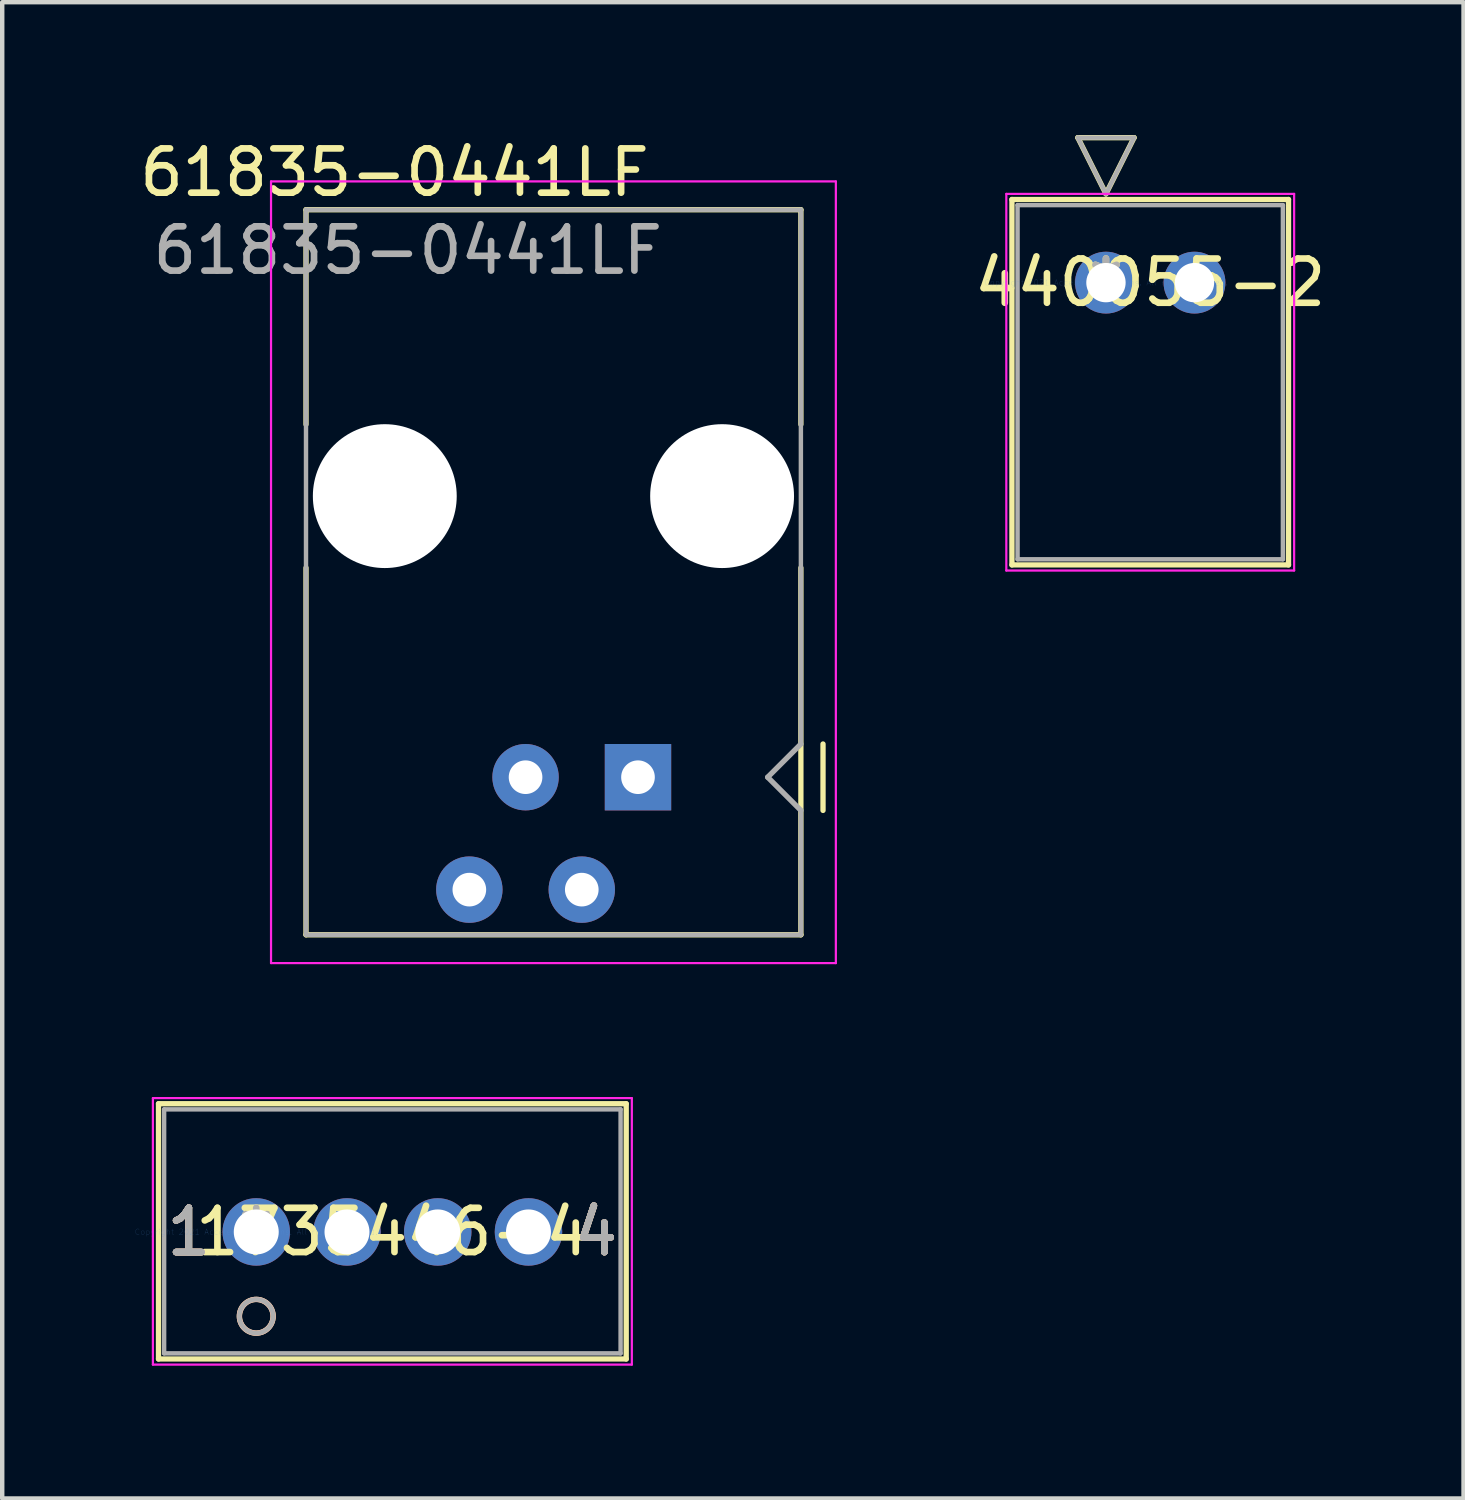
<source format=kicad_pcb>
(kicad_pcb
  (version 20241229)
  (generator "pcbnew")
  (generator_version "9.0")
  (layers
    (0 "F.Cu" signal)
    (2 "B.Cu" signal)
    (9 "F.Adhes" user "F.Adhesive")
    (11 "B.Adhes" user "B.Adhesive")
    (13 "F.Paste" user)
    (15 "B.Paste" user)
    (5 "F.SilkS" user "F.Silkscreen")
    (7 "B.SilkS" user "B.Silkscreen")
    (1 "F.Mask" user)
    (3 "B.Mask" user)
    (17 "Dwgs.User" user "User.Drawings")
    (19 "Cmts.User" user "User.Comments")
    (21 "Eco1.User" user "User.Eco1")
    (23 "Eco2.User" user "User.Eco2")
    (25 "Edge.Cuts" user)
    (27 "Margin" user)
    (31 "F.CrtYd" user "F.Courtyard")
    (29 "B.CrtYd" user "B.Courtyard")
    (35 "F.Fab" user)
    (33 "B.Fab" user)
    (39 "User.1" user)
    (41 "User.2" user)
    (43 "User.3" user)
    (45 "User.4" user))
  (footprint "440055-2"
    (layer "F.Cu")
    (at 21.935 3.335)
    (property "Reference" "440055-2" (at 1 0 0) (layer "F.SilkS") (effects (font (size 1 1) (thickness 0.15))))
    (attr through_hole)
    (fp_line (start -2.124 -1.878) (end -2.124 6.377) (stroke (width 0.12) (type solid)) (layer "F.SilkS"))
    (fp_line (start -2.124 6.377) (end 4.124 6.377) (stroke (width 0.12) (type solid)) (layer "F.SilkS"))
    (fp_line (start -0.635 -3.275) (end 0.635 -3.275) (stroke (width 0.12) (type solid)) (layer "F.SilkS"))
    (fp_line (start 0 -2.005) (end -0.635 -3.275) (stroke (width 0.12) (type solid)) (layer "F.SilkS"))
    (fp_line (start 0.635 -3.275) (end 0 -2.005) (stroke (width 0.12) (type solid)) (layer "F.SilkS"))
    (fp_line (start 4.124 -1.878) (end -2.124 -1.878) (stroke (width 0.12) (type solid)) (layer "F.SilkS"))
    (fp_line (start 4.124 6.377) (end 4.124 -1.878) (stroke (width 0.12) (type solid)) (layer "F.SilkS"))
    (fp_line (start -2.251 -2.005) (end -2.251 6.504) (stroke (width 0.05) (type solid)) (layer "F.CrtYd"))
    (fp_line (start -2.251 6.504) (end 4.251 6.504) (stroke (width 0.05) (type solid)) (layer "F.CrtYd"))
    (fp_line (start 4.251 -2.005) (end -2.251 -2.005) (stroke (width 0.05) (type solid)) (layer "F.CrtYd"))
    (fp_line (start 4.251 6.504) (end 4.251 -2.005) (stroke (width 0.05) (type solid)) (layer "F.CrtYd"))
    (fp_line (start -1.997 -1.751) (end -1.997 6.25) (stroke (width 0.1) (type solid)) (layer "F.Fab"))
    (fp_line (start -1.997 6.25) (end 3.997 6.25) (stroke (width 0.1) (type solid)) (layer "F.Fab"))
    (fp_line (start -0.635 -3.275) (end 0.635 -3.275) (stroke (width 0.1) (type solid)) (layer "F.Fab"))
    (fp_line (start 0 -2.005) (end -0.635 -3.275) (stroke (width 0.1) (type solid)) (layer "F.Fab"))
    (fp_line (start 0.635 -3.275) (end 0 -2.005) (stroke (width 0.1) (type solid)) (layer "F.Fab"))
    (fp_line (start 3.997 -1.751) (end -1.997 -1.751) (stroke (width 0.1) (type solid)) (layer "F.Fab"))
    (fp_line (start 3.997 6.25) (end 3.997 -1.751) (stroke (width 0.1) (type solid)) (layer "F.Fab"))
    (fp_text user "*" (at 0 0 0) (layer "F.SilkS") (effects (font (size 1 1) (thickness 0.15))))
    (fp_text user "Copyright 2021 Accelerated Designs. All rights reserved." (at 0 0 0) (layer "Cmts.User") (effects (font (size 0.127 0.127) (thickness 0.002))))
    (fp_text user "*" (at 0 0 0) (layer "F.Fab") (effects (font (size 1 1) (thickness 0.15))))
    (pad "1" thru_hole circle (at -0.000001 0) (size 1.397 1.397) (drill 0.889) (layers "*.Cu" "*.Mask"))
    (pad "2" thru_hole circle (at 2 0) (size 1.397 1.397) (drill 0.889) (layers "*.Cu" "*.Mask")))
  (footprint "1735446-4"
    (layer "F.Cu")
    (at 2.739 24.781)
    (property "Reference" "1735446-4" (at 3.075 0 0) (layer "F.SilkS") (effects (font (size 1 1) (thickness 0.15))))
    (attr through_hole)
    (fp_line (start -2.208 -2.896) (end -2.208 2.87) (stroke (width 0.12) (type solid)) (layer "F.SilkS"))
    (fp_line (start -2.208 2.87) (end 8.358 2.87) (stroke (width 0.12) (type solid)) (layer "F.SilkS"))
    (fp_line (start 8.358 -2.896) (end -2.208 -2.896) (stroke (width 0.12) (type solid)) (layer "F.SilkS"))
    (fp_line (start 8.358 2.87) (end 8.358 -2.896) (stroke (width 0.12) (type solid)) (layer "F.SilkS"))
    (fp_circle (center 0 1.905) (end 0.381 1.905) (stroke (width 0.12) (type solid)) (fill no) (layer "F.SilkS"))
    (fp_circle (center 0 1.905) (end 0.381 1.905) (stroke (width 0.12) (type solid)) (fill no) (layer "B.SilkS"))
    (fp_line (start -2.335 -3.023) (end -2.335 2.997) (stroke (width 0.05) (type solid)) (layer "F.CrtYd"))
    (fp_line (start -2.335 2.997) (end 8.485 2.997) (stroke (width 0.05) (type solid)) (layer "F.CrtYd"))
    (fp_line (start 8.485 -3.023) (end -2.335 -3.023) (stroke (width 0.05) (type solid)) (layer "F.CrtYd"))
    (fp_line (start 8.485 2.997) (end 8.485 -3.023) (stroke (width 0.05) (type solid)) (layer "F.CrtYd"))
    (fp_line (start -2.081 -2.769) (end -2.081 2.743) (stroke (width 0.1) (type solid)) (layer "F.Fab"))
    (fp_line (start -2.081 2.743) (end 8.231 2.743) (stroke (width 0.1) (type solid)) (layer "F.Fab"))
    (fp_line (start 8.231 -2.769) (end -2.081 -2.769) (stroke (width 0.1) (type solid)) (layer "F.Fab"))
    (fp_line (start 8.231 2.743) (end 8.231 -2.769) (stroke (width 0.1) (type solid)) (layer "F.Fab"))
    (fp_circle (center 0 1.905) (end 0.381 1.905) (stroke (width 0.1) (type solid)) (fill no) (layer "F.Fab"))
    (fp_text user "1" (at -1.524 0 0) (layer "F.SilkS") (effects (font (size 1 1) (thickness 0.15))))
    (fp_text user "4" (at 7.674 0 0) (layer "F.SilkS") (effects (font (size 1 1) (thickness 0.15))))
    (fp_text user "4" (at 7.674 0 0) (layer "F.SilkS") (effects (font (size 1 1) (thickness 0.15))))
    (fp_text user "1" (at -1.524 0 0) (layer "F.SilkS") (effects (font (size 1 1) (thickness 0.15))))
    (fp_text user "*" (at 0 0 0) (layer "F.SilkS") (effects (font (size 1 1) (thickness 0.15))))
    (fp_text user "1" (at -1.524 0 0) (layer "B.SilkS") (effects (font (size 1 1) (thickness 0.15))))
    (fp_text user "4" (at 7.674 0 0) (layer "B.SilkS") (effects (font (size 1 1) (thickness 0.15))))
    (fp_text user "4" (at 7.674 0 0) (layer "B.SilkS") (effects (font (size 1 1) (thickness 0.15))))
    (fp_text user "1" (at -1.524 0 0) (layer "B.SilkS") (effects (font (size 1 1) (thickness 0.15))))
    (fp_text user "Copyright 2021 Accelerated Designs. All rights reserved." (at 0 0 0) (layer "Cmts.User") (effects (font (size 0.127 0.127) (thickness 0.002))))
    (fp_text user "*" (at 0 0 0) (layer "F.Fab") (effects (font (size 1 1) (thickness 0.15))))
    (fp_text user "4" (at 7.674 0 0) (layer "F.Fab") (effects (font (size 1 1) (thickness 0.15))))
    (fp_text user "4" (at 7.674 0 0) (layer "F.Fab") (effects (font (size 1 1) (thickness 0.15))))
    (fp_text user "1" (at -1.524 0 0) (layer "F.Fab") (effects (font (size 1 1) (thickness 0.15))))
    (fp_text user "1" (at -1.524 0 0) (layer "F.Fab") (effects (font (size 1 1) (thickness 0.15))))
    (pad "1" thru_hole circle (at 0 0) (size 1.524 1.524) (drill 1.016) (layers "*.Cu" "*.Mask"))
    (pad "2" thru_hole circle (at 2.05 0) (size 1.524 1.524) (drill 1.016) (layers "*.Cu" "*.Mask"))
    (pad "3" thru_hole circle (at 4.1 0) (size 1.524 1.524) (drill 1.016) (layers "*.Cu" "*.Mask"))
    (pad "4" thru_hole circle (at 6.15 0) (size 1.524 1.524) (drill 1.016) (layers "*.Cu" "*.Mask")))
  (footprint "61835-0441LF"
    (layer "F.Cu")
    (at 11.363 14.508)
    (property "Reference" "61835-0441LF" (at -5.5 -13.66 180) (layer "F.SilkS") (effects (font (size 1 1) (thickness 0.15))))
    (attr through_hole)
    (fp_line (start -7.5 -12.82) (end -7.5 -7.97) (stroke (width 0.12) (type solid)) (layer "F.SilkS"))
    (fp_line (start -7.5 -4.73) (end -7.5 3.56) (stroke (width 0.12) (type solid)) (layer "F.SilkS"))
    (fp_line (start 3.68 -12.82) (end -7.5 -12.82) (stroke (width 0.12) (type solid)) (layer "F.SilkS"))
    (fp_line (start 3.68 -12.82) (end 3.68 -7.97) (stroke (width 0.12) (type solid)) (layer "F.SilkS"))
    (fp_line (start 3.68 -4.73) (end 3.68 3.56) (stroke (width 0.12) (type solid)) (layer "F.SilkS"))
    (fp_line (start 3.68 3.56) (end -7.5 3.56) (stroke (width 0.12) (type solid)) (layer "F.SilkS"))
    (fp_line (start 4.18 0.75) (end 4.18 -0.75) (stroke (width 0.12) (type solid)) (layer "F.SilkS"))
    (fp_line (start -8.29 -13.46) (end -8.29 4.2) (stroke (width 0.05) (type solid)) (layer "F.CrtYd"))
    (fp_line (start -8.29 -13.46) (end 4.47 -13.46) (stroke (width 0.05) (type solid)) (layer "F.CrtYd"))
    (fp_line (start -8.29 4.2) (end 4.47 4.2) (stroke (width 0.05) (type solid)) (layer "F.CrtYd"))
    (fp_line (start 4.47 -13.46) (end 4.47 4.2) (stroke (width 0.05) (type solid)) (layer "F.CrtYd"))
    (fp_line (start -7.5 -12.82) (end 3.68 -12.82) (stroke (width 0.1) (type solid)) (layer "F.Fab"))
    (fp_line (start -7.5 3.56) (end -7.5 -12.82) (stroke (width 0.1) (type solid)) (layer "F.Fab"))
    (fp_line (start -7.5 3.56) (end 3.68 3.56) (stroke (width 0.1) (type solid)) (layer "F.Fab"))
    (fp_line (start 2.93 0) (end 3.68 -0.75) (stroke (width 0.12) (type solid)) (layer "F.Fab"))
    (fp_line (start 2.93 0) (end 3.68 0.75) (stroke (width 0.12) (type solid)) (layer "F.Fab"))
    (fp_line (start 3.68 -12.82) (end 3.68 -0.75) (stroke (width 0.1) (type solid)) (layer "F.Fab"))
    (fp_line (start 3.68 0.75) (end 3.68 3.56) (stroke (width 0.1) (type solid)) (layer "F.Fab"))
    (fp_text user "${REFERENCE}" (at -5.2 -11.9 180) (layer "F.Fab") (effects (font (size 1 1) (thickness 0.15))))
    (pad "" np_thru_hole circle (at -5.72 -6.35) (size 3.25 3.25) (drill 3.25) (layers "*.Cu" "*.Mask"))
    (pad "" np_thru_hole circle (at 1.9 -6.35) (size 3.25 3.25) (drill 3.25) (layers "*.Cu" "*.Mask"))
    (pad "1" thru_hole rect (at 0 0 180) (size 1.5 1.5) (drill 0.76) (layers "*.Cu" "*.Mask"))
    (pad "2" thru_hole circle (at -1.27 2.54 180) (size 1.5 1.5) (drill 0.76) (layers "*.Cu" "*.Mask"))
    (pad "3" thru_hole circle (at -2.54 0 180) (size 1.5 1.5) (drill 0.76) (layers "*.Cu" "*.Mask"))
    (pad "4" thru_hole circle (at -3.81 2.54 180) (size 1.5 1.5) (drill 0.76) (layers "*.Cu" "*.Mask")))
  (gr_rect
    (start -3 -3)
    (end 30.013 30.803)
    (stroke (width 0.1) (type default))
    (fill no)
    (layer "Edge.Cuts")))
</source>
